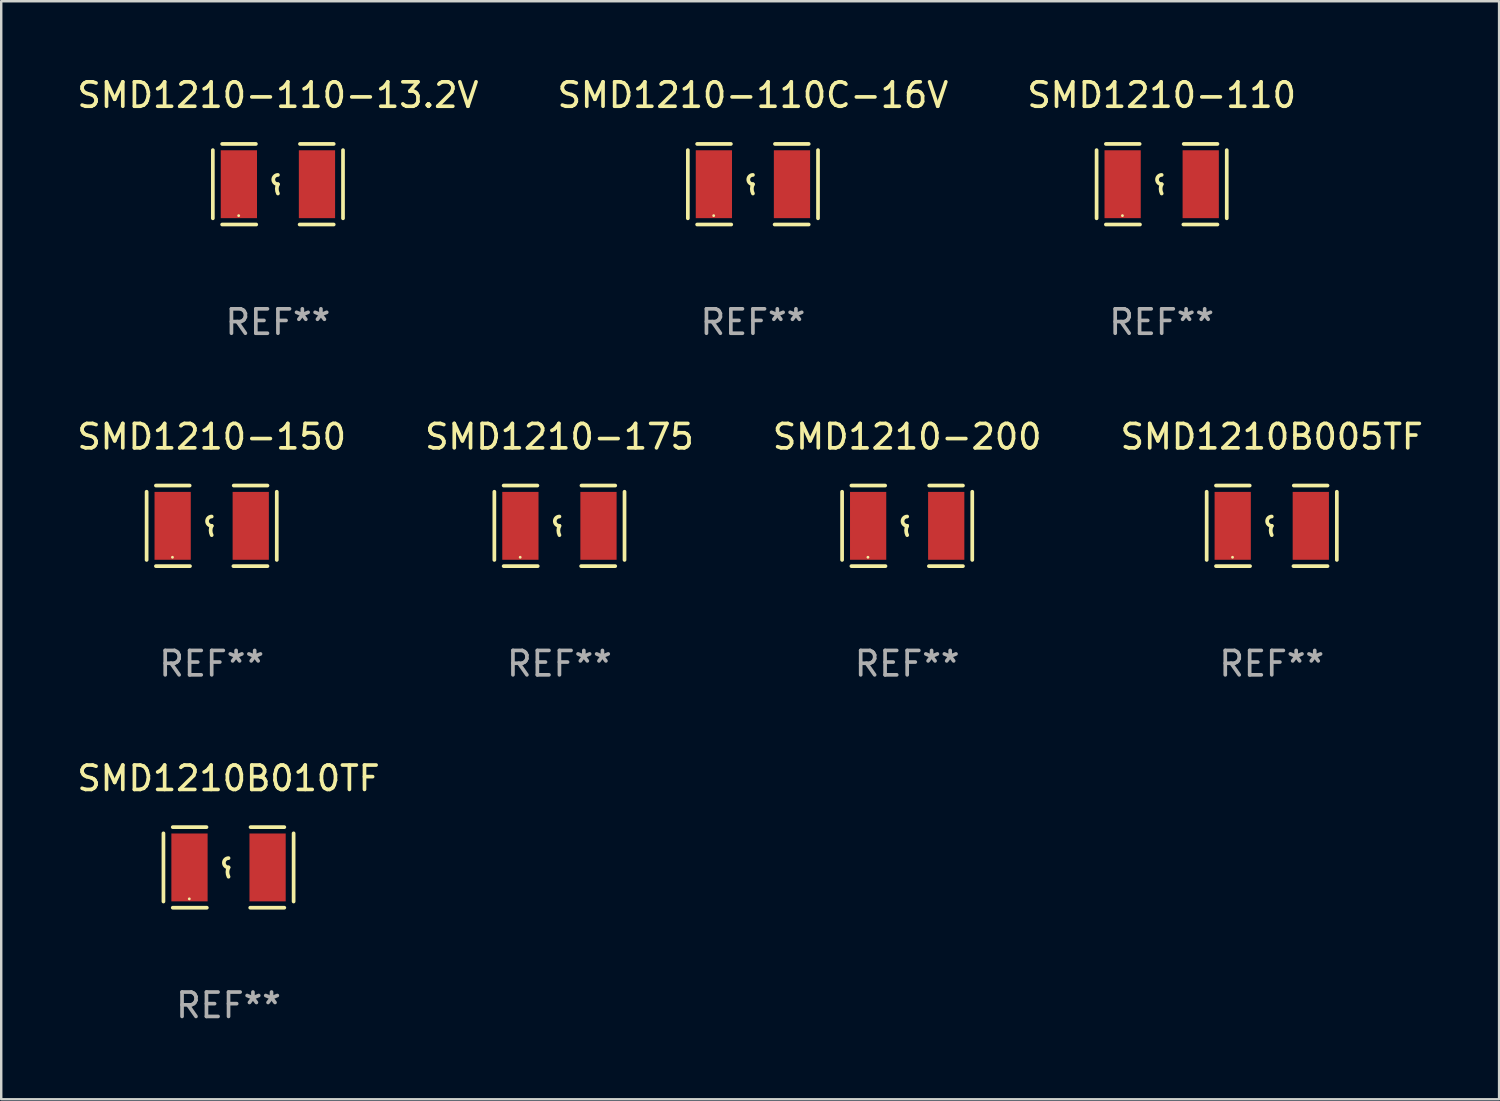
<source format=kicad_pcb>
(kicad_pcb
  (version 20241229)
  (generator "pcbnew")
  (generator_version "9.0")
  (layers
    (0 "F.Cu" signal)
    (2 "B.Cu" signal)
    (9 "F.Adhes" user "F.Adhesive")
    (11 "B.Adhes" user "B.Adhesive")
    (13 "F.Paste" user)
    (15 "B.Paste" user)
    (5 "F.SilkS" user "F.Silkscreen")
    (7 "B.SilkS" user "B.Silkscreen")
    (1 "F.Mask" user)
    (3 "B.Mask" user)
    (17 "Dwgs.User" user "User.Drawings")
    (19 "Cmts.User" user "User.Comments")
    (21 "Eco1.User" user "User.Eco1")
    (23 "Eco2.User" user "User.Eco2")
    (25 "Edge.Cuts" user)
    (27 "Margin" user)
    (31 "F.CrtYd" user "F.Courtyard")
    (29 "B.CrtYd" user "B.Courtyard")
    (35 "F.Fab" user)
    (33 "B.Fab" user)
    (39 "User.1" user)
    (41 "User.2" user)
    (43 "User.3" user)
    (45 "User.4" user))
  (footprint "SMD1210-200"
    (layer "F.Cu")
    (at 34.125 18.498)
    (property "Reference" "SMD1210-200" (at 0 -3.651 0) (layer "F.SilkS") (effects (font (size 1 1) (thickness 0.15))))
    (attr through_hole)
    (fp_line (start -2.667 -1.397) (end -2.667 1.397) (stroke (width 0.152) (type solid)) (layer "F.SilkS"))
    (fp_line (start -2.286 -1.651) (end -0.903 -1.651) (stroke (width 0.152) (type solid)) (layer "F.SilkS"))
    (fp_line (start -0.889 1.651) (end -2.286 1.651) (stroke (width 0.152) (type solid)) (layer "F.SilkS"))
    (fp_line (start 0.889 1.651) (end 2.286 1.651) (stroke (width 0.152) (type solid)) (layer "F.SilkS"))
    (fp_line (start 2.286 -1.651) (end 0.903 -1.651) (stroke (width 0.152) (type solid)) (layer "F.SilkS"))
    (fp_line (start 2.667 -1.397) (end 2.667 1.397) (stroke (width 0.152) (type solid)) (layer "F.SilkS"))
    (fp_arc (start 0 0) (mid -0.1905 -0.1905) (end 0 -0.381) (stroke (width 0.151994) (type solid)) (layer "F.SilkS"))
    (fp_arc (start 0 0.381001) (mid -0.044971 0.1905) (end 0 0) (stroke (width 0.151994) (type solid)) (layer "F.SilkS"))
    (fp_circle (center -1.608 1.288) (end -1.578 1.288) (stroke (width 0.06) (type solid)) (fill no) (layer "F.SilkS"))
    (fp_text user "REF**" (at 0 5.651 0) (layer "F.Fab") (effects (font (size 1 1) (thickness 0.15))))
    (pad "1" smd rect (at -1.6 0) (size 1.485 2.781) (layers "F.Cu" "F.Mask" "F.Paste"))
    (pad "2" smd rect (at 1.6 0) (size 1.485 2.781) (layers "F.Cu" "F.Mask" "F.Paste")))
  (footprint "SMD1210-110-13.2V"
    (layer "F.Cu")
    (at 8.339 4.499)
    (property "Reference" "SMD1210-110-13.2V" (at 0 -3.651 0) (layer "F.SilkS") (effects (font (size 1 1) (thickness 0.15))))
    (attr through_hole)
    (fp_line (start -2.667 -1.397) (end -2.667 1.397) (stroke (width 0.152) (type solid)) (layer "F.SilkS"))
    (fp_line (start -2.286 -1.651) (end -0.903 -1.651) (stroke (width 0.152) (type solid)) (layer "F.SilkS"))
    (fp_line (start -0.889 1.651) (end -2.286 1.651) (stroke (width 0.152) (type solid)) (layer "F.SilkS"))
    (fp_line (start 0.889 1.651) (end 2.286 1.651) (stroke (width 0.152) (type solid)) (layer "F.SilkS"))
    (fp_line (start 2.286 -1.651) (end 0.903 -1.651) (stroke (width 0.152) (type solid)) (layer "F.SilkS"))
    (fp_line (start 2.667 -1.397) (end 2.667 1.397) (stroke (width 0.152) (type solid)) (layer "F.SilkS"))
    (fp_arc (start 0 0) (mid -0.1905 -0.1905) (end 0 -0.381) (stroke (width 0.151994) (type solid)) (layer "F.SilkS"))
    (fp_arc (start 0 0.381001) (mid -0.044971 0.1905) (end 0 0) (stroke (width 0.151994) (type solid)) (layer "F.SilkS"))
    (fp_circle (center -1.608 1.288) (end -1.578 1.288) (stroke (width 0.06) (type solid)) (fill no) (layer "F.SilkS"))
    (fp_text user "REF**" (at 0 5.651 0) (layer "F.Fab") (effects (font (size 1 1) (thickness 0.15))))
    (pad "1" smd rect (at -1.6 0) (size 1.485 2.781) (layers "F.Cu" "F.Mask" "F.Paste"))
    (pad "2" smd rect (at 1.6 0) (size 1.485 2.781) (layers "F.Cu" "F.Mask" "F.Paste")))
  (footprint "SMD1210B005TF"
    (layer "F.Cu")
    (at 49.065 18.498)
    (property "Reference" "SMD1210B005TF" (at 0 -3.651 0) (layer "F.SilkS") (effects (font (size 1 1) (thickness 0.15))))
    (attr through_hole)
    (fp_line (start -2.667 -1.397) (end -2.667 1.397) (stroke (width 0.152) (type solid)) (layer "F.SilkS"))
    (fp_line (start -2.286 -1.651) (end -0.903 -1.651) (stroke (width 0.152) (type solid)) (layer "F.SilkS"))
    (fp_line (start -0.889 1.651) (end -2.286 1.651) (stroke (width 0.152) (type solid)) (layer "F.SilkS"))
    (fp_line (start 0.889 1.651) (end 2.286 1.651) (stroke (width 0.152) (type solid)) (layer "F.SilkS"))
    (fp_line (start 2.286 -1.651) (end 0.903 -1.651) (stroke (width 0.152) (type solid)) (layer "F.SilkS"))
    (fp_line (start 2.667 -1.397) (end 2.667 1.397) (stroke (width 0.152) (type solid)) (layer "F.SilkS"))
    (fp_arc (start 0 0) (mid -0.1905 -0.1905) (end 0 -0.381) (stroke (width 0.151994) (type solid)) (layer "F.SilkS"))
    (fp_arc (start 0 0.381001) (mid -0.044971 0.1905) (end 0 0) (stroke (width 0.151994) (type solid)) (layer "F.SilkS"))
    (fp_circle (center -1.608 1.288) (end -1.578 1.288) (stroke (width 0.06) (type solid)) (fill no) (layer "F.SilkS"))
    (fp_text user "REF**" (at 0 5.651 0) (layer "F.Fab") (effects (font (size 1 1) (thickness 0.15))))
    (pad "1" smd rect (at -1.6 0) (size 1.485 2.781) (layers "F.Cu" "F.Mask" "F.Paste"))
    (pad "2" smd rect (at 1.6 0) (size 1.485 2.781) (layers "F.Cu" "F.Mask" "F.Paste")))
  (footprint "SMD1210-175"
    (layer "F.Cu")
    (at 19.875 18.498)
    (property "Reference" "SMD1210-175" (at 0 -3.651 0) (layer "F.SilkS") (effects (font (size 1 1) (thickness 0.15))))
    (attr through_hole)
    (fp_line (start -2.667 -1.397) (end -2.667 1.397) (stroke (width 0.152) (type solid)) (layer "F.SilkS"))
    (fp_line (start -2.286 -1.651) (end -0.903 -1.651) (stroke (width 0.152) (type solid)) (layer "F.SilkS"))
    (fp_line (start -0.889 1.651) (end -2.286 1.651) (stroke (width 0.152) (type solid)) (layer "F.SilkS"))
    (fp_line (start 0.889 1.651) (end 2.286 1.651) (stroke (width 0.152) (type solid)) (layer "F.SilkS"))
    (fp_line (start 2.286 -1.651) (end 0.903 -1.651) (stroke (width 0.152) (type solid)) (layer "F.SilkS"))
    (fp_line (start 2.667 -1.397) (end 2.667 1.397) (stroke (width 0.152) (type solid)) (layer "F.SilkS"))
    (fp_arc (start 0 0) (mid -0.1905 -0.1905) (end 0 -0.381) (stroke (width 0.151994) (type solid)) (layer "F.SilkS"))
    (fp_arc (start 0 0.381001) (mid -0.044971 0.1905) (end 0 0) (stroke (width 0.151994) (type solid)) (layer "F.SilkS"))
    (fp_circle (center -1.608 1.288) (end -1.578 1.288) (stroke (width 0.06) (type solid)) (fill no) (layer "F.SilkS"))
    (fp_text user "REF**" (at 0 5.651 0) (layer "F.Fab") (effects (font (size 1 1) (thickness 0.15))))
    (pad "1" smd rect (at -1.6 0) (size 1.485 2.781) (layers "F.Cu" "F.Mask" "F.Paste"))
    (pad "2" smd rect (at 1.6 0) (size 1.485 2.781) (layers "F.Cu" "F.Mask" "F.Paste")))
  (footprint "SMD1210-150"
    (layer "F.Cu")
    (at 5.625 18.498)
    (property "Reference" "SMD1210-150" (at 0 -3.651 0) (layer "F.SilkS") (effects (font (size 1 1) (thickness 0.15))))
    (attr through_hole)
    (fp_line (start -2.667 -1.397) (end -2.667 1.397) (stroke (width 0.152) (type solid)) (layer "F.SilkS"))
    (fp_line (start -2.286 -1.651) (end -0.903 -1.651) (stroke (width 0.152) (type solid)) (layer "F.SilkS"))
    (fp_line (start -0.889 1.651) (end -2.286 1.651) (stroke (width 0.152) (type solid)) (layer "F.SilkS"))
    (fp_line (start 0.889 1.651) (end 2.286 1.651) (stroke (width 0.152) (type solid)) (layer "F.SilkS"))
    (fp_line (start 2.286 -1.651) (end 0.903 -1.651) (stroke (width 0.152) (type solid)) (layer "F.SilkS"))
    (fp_line (start 2.667 -1.397) (end 2.667 1.397) (stroke (width 0.152) (type solid)) (layer "F.SilkS"))
    (fp_arc (start 0 0) (mid -0.1905 -0.1905) (end 0 -0.381) (stroke (width 0.151994) (type solid)) (layer "F.SilkS"))
    (fp_arc (start 0 0.381001) (mid -0.044971 0.1905) (end 0 0) (stroke (width 0.151994) (type solid)) (layer "F.SilkS"))
    (fp_circle (center -1.608 1.288) (end -1.578 1.288) (stroke (width 0.06) (type solid)) (fill no) (layer "F.SilkS"))
    (fp_text user "REF**" (at 0 5.651 0) (layer "F.Fab") (effects (font (size 1 1) (thickness 0.15))))
    (pad "1" smd rect (at -1.6 0) (size 1.485 2.781) (layers "F.Cu" "F.Mask" "F.Paste"))
    (pad "2" smd rect (at 1.6 0) (size 1.485 2.781) (layers "F.Cu" "F.Mask" "F.Paste")))
  (footprint "SMD1210-110C-16V"
    (layer "F.Cu")
    (at 27.804 4.499)
    (property "Reference" "SMD1210-110C-16V" (at 0 -3.651 0) (layer "F.SilkS") (effects (font (size 1 1) (thickness 0.15))))
    (attr through_hole)
    (fp_line (start -2.667 -1.397) (end -2.667 1.397) (stroke (width 0.152) (type solid)) (layer "F.SilkS"))
    (fp_line (start -2.286 -1.651) (end -0.903 -1.651) (stroke (width 0.152) (type solid)) (layer "F.SilkS"))
    (fp_line (start -0.889 1.651) (end -2.286 1.651) (stroke (width 0.152) (type solid)) (layer "F.SilkS"))
    (fp_line (start 0.889 1.651) (end 2.286 1.651) (stroke (width 0.152) (type solid)) (layer "F.SilkS"))
    (fp_line (start 2.286 -1.651) (end 0.903 -1.651) (stroke (width 0.152) (type solid)) (layer "F.SilkS"))
    (fp_line (start 2.667 -1.397) (end 2.667 1.397) (stroke (width 0.152) (type solid)) (layer "F.SilkS"))
    (fp_arc (start 0 0) (mid -0.1905 -0.1905) (end 0 -0.381) (stroke (width 0.151994) (type solid)) (layer "F.SilkS"))
    (fp_arc (start 0 0.381001) (mid -0.044971 0.1905) (end 0 0) (stroke (width 0.151994) (type solid)) (layer "F.SilkS"))
    (fp_circle (center -1.608 1.288) (end -1.578 1.288) (stroke (width 0.06) (type solid)) (fill no) (layer "F.SilkS"))
    (fp_text user "REF**" (at 0 5.651 0) (layer "F.Fab") (effects (font (size 1 1) (thickness 0.15))))
    (pad "1" smd rect (at -1.6 0) (size 1.485 2.781) (layers "F.Cu" "F.Mask" "F.Paste"))
    (pad "2" smd rect (at 1.6 0) (size 1.485 2.781) (layers "F.Cu" "F.Mask" "F.Paste")))
  (footprint "SMD1210-110"
    (layer "F.Cu")
    (at 44.554 4.499)
    (property "Reference" "SMD1210-110" (at 0 -3.651 0) (layer "F.SilkS") (effects (font (size 1 1) (thickness 0.15))))
    (attr through_hole)
    (fp_line (start -2.667 -1.397) (end -2.667 1.397) (stroke (width 0.152) (type solid)) (layer "F.SilkS"))
    (fp_line (start -2.286 -1.651) (end -0.903 -1.651) (stroke (width 0.152) (type solid)) (layer "F.SilkS"))
    (fp_line (start -0.889 1.651) (end -2.286 1.651) (stroke (width 0.152) (type solid)) (layer "F.SilkS"))
    (fp_line (start 0.889 1.651) (end 2.286 1.651) (stroke (width 0.152) (type solid)) (layer "F.SilkS"))
    (fp_line (start 2.286 -1.651) (end 0.903 -1.651) (stroke (width 0.152) (type solid)) (layer "F.SilkS"))
    (fp_line (start 2.667 -1.397) (end 2.667 1.397) (stroke (width 0.152) (type solid)) (layer "F.SilkS"))
    (fp_arc (start 0 0) (mid -0.1905 -0.1905) (end 0 -0.381) (stroke (width 0.151994) (type solid)) (layer "F.SilkS"))
    (fp_arc (start 0 0.381001) (mid -0.044971 0.1905) (end 0 0) (stroke (width 0.151994) (type solid)) (layer "F.SilkS"))
    (fp_circle (center -1.608 1.288) (end -1.578 1.288) (stroke (width 0.06) (type solid)) (fill no) (layer "F.SilkS"))
    (fp_text user "REF**" (at 0 5.651 0) (layer "F.Fab") (effects (font (size 1 1) (thickness 0.15))))
    (pad "1" smd rect (at -1.6 0) (size 1.485 2.781) (layers "F.Cu" "F.Mask" "F.Paste"))
    (pad "2" smd rect (at 1.6 0) (size 1.485 2.781) (layers "F.Cu" "F.Mask" "F.Paste")))
  (footprint "SMD1210B010TF"
    (layer "F.Cu")
    (at 6.315 32.496)
    (property "Reference" "SMD1210B010TF" (at 0 -3.651 0) (layer "F.SilkS") (effects (font (size 1 1) (thickness 0.15))))
    (attr through_hole)
    (fp_line (start -2.667 -1.397) (end -2.667 1.397) (stroke (width 0.152) (type solid)) (layer "F.SilkS"))
    (fp_line (start -2.286 -1.651) (end -0.903 -1.651) (stroke (width 0.152) (type solid)) (layer "F.SilkS"))
    (fp_line (start -0.889 1.651) (end -2.286 1.651) (stroke (width 0.152) (type solid)) (layer "F.SilkS"))
    (fp_line (start 0.889 1.651) (end 2.286 1.651) (stroke (width 0.152) (type solid)) (layer "F.SilkS"))
    (fp_line (start 2.286 -1.651) (end 0.903 -1.651) (stroke (width 0.152) (type solid)) (layer "F.SilkS"))
    (fp_line (start 2.667 -1.397) (end 2.667 1.397) (stroke (width 0.152) (type solid)) (layer "F.SilkS"))
    (fp_arc (start 0 0) (mid -0.1905 -0.1905) (end 0 -0.381) (stroke (width 0.151994) (type solid)) (layer "F.SilkS"))
    (fp_arc (start 0 0.381001) (mid -0.044971 0.1905) (end 0 0) (stroke (width 0.151994) (type solid)) (layer "F.SilkS"))
    (fp_circle (center -1.608 1.288) (end -1.578 1.288) (stroke (width 0.06) (type solid)) (fill no) (layer "F.SilkS"))
    (fp_text user "REF**" (at 0 5.651 0) (layer "F.Fab") (effects (font (size 1 1) (thickness 0.15))))
    (pad "1" smd rect (at -1.6 0) (size 1.485 2.781) (layers "F.Cu" "F.Mask" "F.Paste"))
    (pad "2" smd rect (at 1.6 0) (size 1.485 2.781) (layers "F.Cu" "F.Mask" "F.Paste")))
  (gr_rect
    (start -3 -3)
    (end 58.381 41.996)
    (stroke (width 0.1) (type default))
    (fill no)
    (layer "Edge.Cuts")))
</source>
